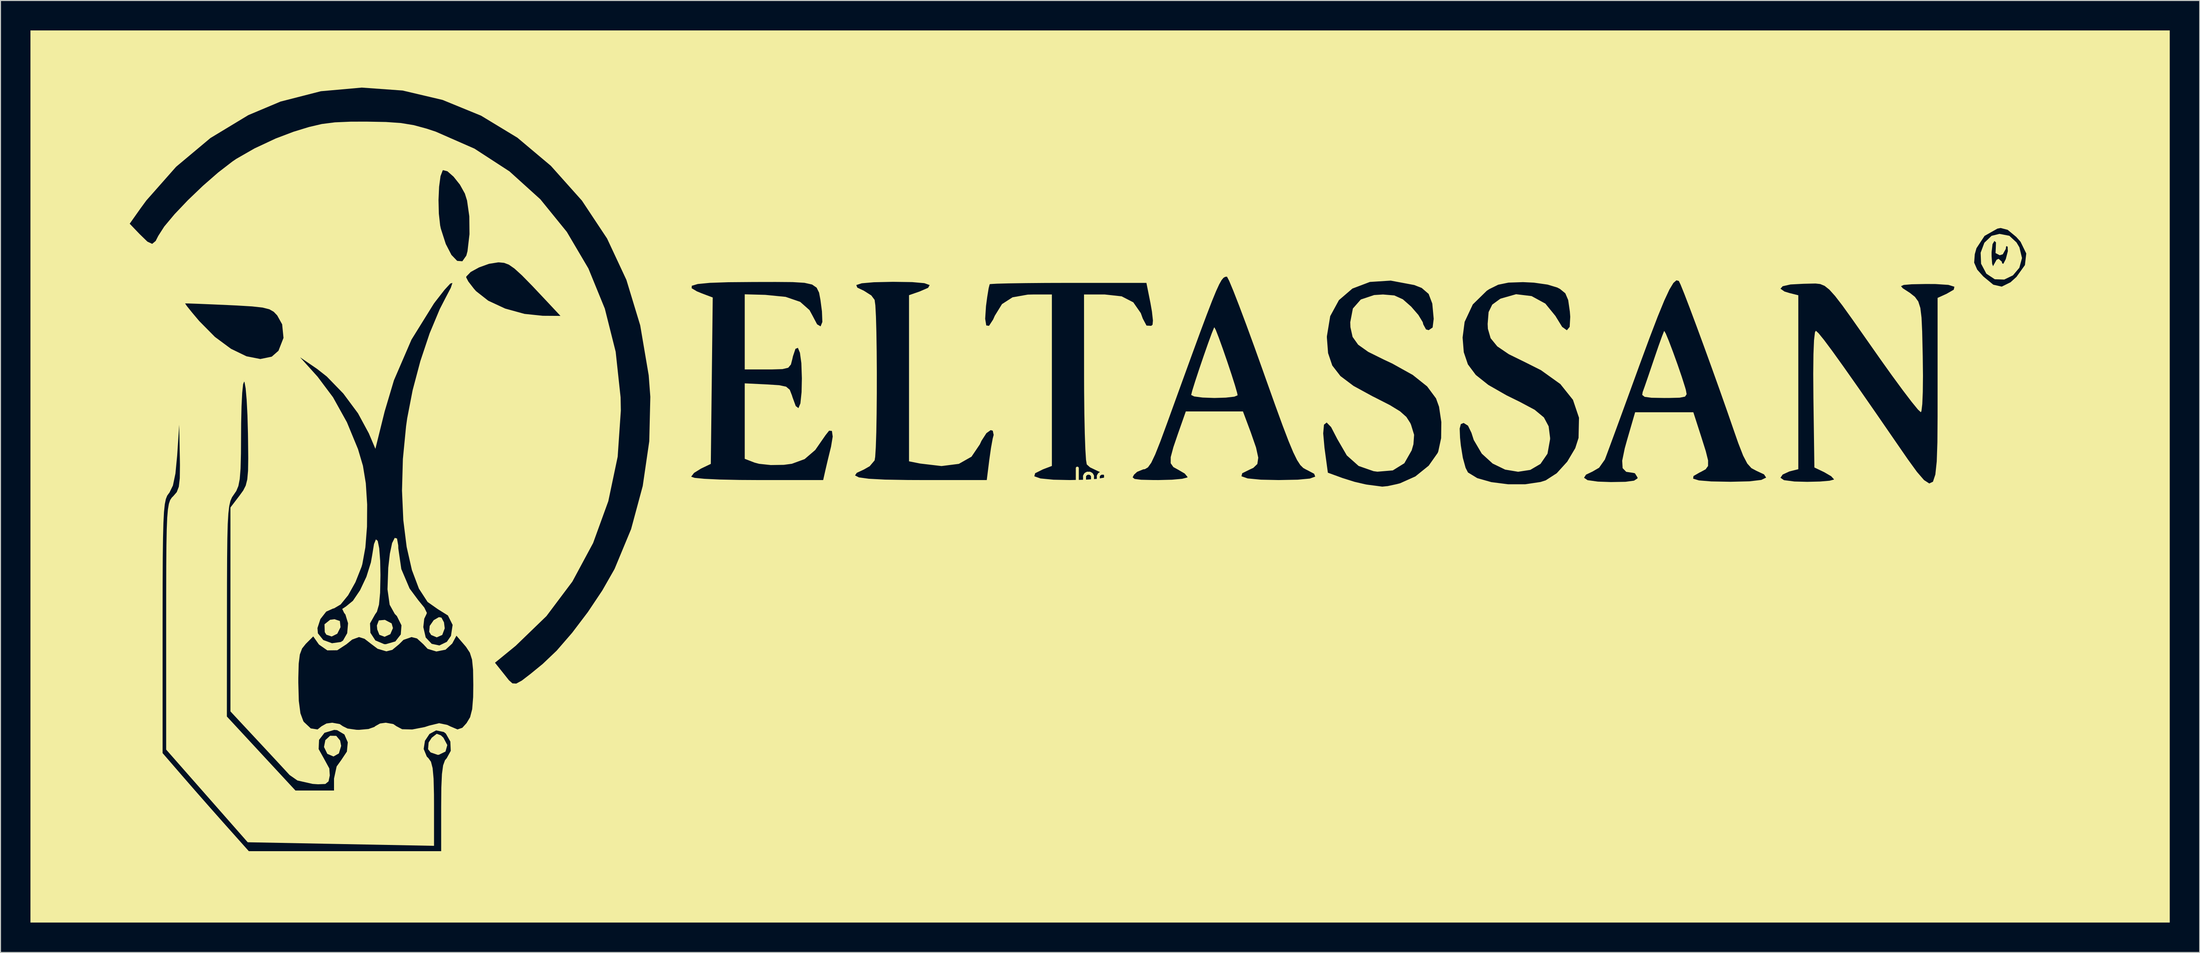
<source format=kicad_pcb>
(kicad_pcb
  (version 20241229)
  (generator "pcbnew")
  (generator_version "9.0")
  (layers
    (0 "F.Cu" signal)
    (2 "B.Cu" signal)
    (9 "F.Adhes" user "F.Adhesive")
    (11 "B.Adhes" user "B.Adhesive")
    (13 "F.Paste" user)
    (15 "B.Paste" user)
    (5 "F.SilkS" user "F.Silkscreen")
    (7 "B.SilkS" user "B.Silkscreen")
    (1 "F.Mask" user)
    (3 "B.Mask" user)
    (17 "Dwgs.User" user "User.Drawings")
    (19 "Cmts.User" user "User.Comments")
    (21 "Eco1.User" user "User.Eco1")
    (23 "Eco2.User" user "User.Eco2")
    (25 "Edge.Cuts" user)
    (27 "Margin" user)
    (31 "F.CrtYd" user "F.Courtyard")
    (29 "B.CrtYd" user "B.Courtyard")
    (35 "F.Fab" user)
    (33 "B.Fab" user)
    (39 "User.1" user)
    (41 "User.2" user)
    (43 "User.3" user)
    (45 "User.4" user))
  (footprint "logo"
    (layer "F.Cu")
    (at 106.966 44.718)
    (property "Reference" "logo" (at 0 0 0) (layer "F.SilkS") (effects (font (size 1.524 1.524) (thickness 0.3))))
    (attr board_only exclude_from_pos_files exclude_from_bom)
    (fp_poly (pts (xy -76.335 26.003) (xy -75.946 26.469) (xy -75.842 27.01) (xy -76.071 27.765) (xy -76.609 28.071) (xy -77.23 27.805) (xy -77.562 27.118) (xy -77.428 26.432) (xy -76.949 25.992)) (stroke (width 0) (type solid)) (fill yes) (layer "F.SilkS"))
    (fp_poly (pts (xy -75.971 14.489) (xy -75.907 15.111) (xy -76.231 15.764) (xy -76.793 16.042) (xy -77.325 15.862) (xy -77.485 15.606) (xy -77.511 14.816) (xy -76.95 14.367) (xy -76.512 14.31)) (stroke (width 0) (type solid)) (fill yes) (layer "F.SilkS"))
    (fp_poly (pts (xy -70.787 14.73) (xy -70.655 15.199) (xy -70.918 15.811) (xy -71.494 16.07) (xy -72.014 15.872) (xy -72.227 15.337) (xy -72.265 14.941) (xy -72.072 14.429) (xy -71.46 14.374)) (stroke (width 0) (type solid)) (fill yes) (layer "F.SilkS"))
    (fp_poly (pts (xy -65.797 14.149) (xy -65.542 14.627) (xy -65.468 15.225) (xy -65.716 15.885) (xy -66.266 16.128) (xy -66.829 15.89) (xy -67.024 15.572) (xy -66.972 14.981) (xy -66.574 14.405) (xy -66.054 14.103)) (stroke (width 0) (type solid)) (fill yes) (layer "F.SilkS"))
    (fp_poly (pts (xy -65.851 25.951) (xy -65.598 26.19) (xy -65.21 26.925) (xy -65.39 27.575) (xy -66.056 27.898) (xy -66.183 27.904) (xy -66.881 27.662) (xy -67.138 27.34) (xy -67.081 26.667) (xy -66.769 26.19) (xy -66.268 25.796)) (stroke (width 0) (type solid)) (fill yes) (layer "F.SilkS"))
    (fp_poly (pts (xy 11.765 -14.693) (xy 12.068 -13.916) (xy 12.471 -12.8) (xy 12.915 -11.515) (xy 13.342 -10.233) (xy 13.694 -9.125) (xy 13.911 -8.362) (xy 13.952 -8.138) (xy 13.626 -8.002) (xy 12.772 -7.905) (xy 11.627 -7.87) (xy 10.443 -7.913) (xy 9.605 -8.023) (xy 9.301 -8.171) (xy 9.411 -8.609) (xy 9.697 -9.527) (xy 10.097 -10.742) (xy 10.548 -12.069) (xy 10.988 -13.327) (xy 11.355 -14.331) (xy 11.585 -14.898) (xy 11.62 -14.959)) (stroke (width 0) (type solid)) (fill yes) (layer "F.SilkS"))
    (fp_poly (pts (xy 56.84 -14.332) (xy 57.157 -13.568) (xy 57.572 -12.473) (xy 58.024 -11.22) (xy 58.447 -9.985) (xy 58.778 -8.94) (xy 58.854 -8.675) (xy 58.932 -8.248) (xy 58.773 -8.007) (xy 58.233 -7.899) (xy 57.167 -7.871) (xy 56.689 -7.87) (xy 55.418 -7.892) (xy 54.727 -7.983) (xy 54.482 -8.178) (xy 54.526 -8.457) (xy 54.743 -9.062) (xy 55.113 -10.137) (xy 55.565 -11.47) (xy 55.664 -11.762) (xy 56.102 -13.043) (xy 56.456 -14.029) (xy 56.663 -14.552) (xy 56.687 -14.592)) (stroke (width 0) (type solid)) (fill yes) (layer "F.SilkS"))
    (fp_poly (pts (xy 91.259 -24.13) (xy 91.973 -23.464) (xy 92.265 -22.972) (xy 92.524 -21.898) (xy 92.259 -20.922) (xy 91.617 -20.164) (xy 90.747 -19.742) (xy 89.797 -19.773) (xy 88.955 -20.33) (xy 88.426 -21.329) (xy 88.395 -22.091) (xy 89.478 -22.091) (xy 89.534 -21.316) (xy 89.629 -21.077) (xy 89.683 -21.196) (xy 89.978 -21.727) (xy 90.178 -21.823) (xy 90.502 -21.538) (xy 90.533 -21.375) (xy 90.654 -21.318) (xy 90.9 -21.792) (xy 91.107 -22.587) (xy 91.085 -23.044) (xy 90.942 -23.096) (xy 90.896 -22.806) (xy 90.6 -22.276) (xy 90.289 -22.18) (xy 89.873 -22.399) (xy 89.898 -22.896) (xy 89.918 -23.466) (xy 89.761 -23.611) (xy 89.572 -23.293) (xy 89.479 -22.493) (xy 89.478 -22.091) (xy 88.395 -22.091) (xy 88.381 -22.432) (xy 88.754 -23.432) (xy 89.477 -24.126) (xy 90.267 -24.321)) (stroke (width 0) (type solid)) (fill yes) (layer "F.SilkS"))
    (fp_poly (pts (xy 107.324 44.718) (xy -106.966 44.718) (xy -106.966 27.731) (xy -93.73 27.731) (xy -91.723 30.053) (xy -90.508 31.45) (xy -89.08 33.077) (xy -87.704 34.633) (xy -87.404 34.97) (xy -85.093 37.563) (xy -65.825 37.563) (xy -65.825 33.135) (xy -65.808 31.189) (xy -65.748 29.838) (xy -65.631 28.965) (xy -65.445 28.452) (xy -65.271 28.247) (xy -64.865 27.506) (xy -64.906 26.571) (xy -65.357 25.773) (xy -65.557 25.617) (xy -66.326 25.453) (xy -66.995 25.811) (xy -67.449 26.497) (xy -67.577 27.318) (xy -67.264 28.081) (xy -67.096 28.247) (xy -66.846 28.598) (xy -66.681 29.239) (xy -66.585 30.293) (xy -66.545 31.881) (xy -66.541 32.867) (xy -66.54 37.027) (xy -75.872 36.848) (xy -85.204 36.669) (xy -89.288 32.024) (xy -93.372 27.379) (xy -93.372 24.064) (xy -87.29 24.064) (xy -83.856 27.773) (xy -80.422 31.482) (xy -76.558 31.482) (xy -76.558 30.285) (xy -76.296 29.071) (xy -75.842 28.441) (xy -75.269 27.581) (xy -75.178 26.65) (xy -75.52 25.862) (xy -76.245 25.432) (xy -76.54 25.405) (xy -77.511 25.696) (xy -78.057 26.405) (xy -78.098 27.328) (xy -77.61 28.202) (xy -77.028 29.269) (xy -76.982 29.971) (xy -77.105 30.566) (xy -77.428 30.827) (xy -78.157 30.857) (xy -78.704 30.82) (xy -80.224 30.477) (xy -81.012 29.925) (xy -81.546 29.344) (xy -82.429 28.39) (xy -83.522 27.213) (xy -84.322 26.354) (xy -86.932 23.552) (xy -86.932 20.67) (xy -80.135 20.67) (xy -80.085 22.499) (xy -79.922 23.743) (xy -79.63 24.526) (xy -79.578 24.605) (xy -78.886 25.256) (xy -78.206 25.361) (xy -77.81 25.042) (xy -77.315 24.763) (xy -76.737 24.685) (xy -75.987 24.82) (xy -75.663 25.042) (xy -75.194 25.272) (xy -74.306 25.394) (xy -74.054 25.4) (xy -73.108 25.316) (xy -72.506 25.106) (xy -72.444 25.042) (xy -71.949 24.763) (xy -71.37 24.685) (xy -70.621 24.82) (xy -70.297 25.042) (xy -69.735 25.338) (xy -68.726 25.363) (xy -67.483 25.123) (xy -67.026 24.975) (xy -66.031 24.734) (xy -65.208 24.907) (xy -64.905 25.056) (xy -64.189 25.358) (xy -63.705 25.193) (xy -63.283 24.726) (xy -62.927 24.135) (xy -62.718 23.325) (xy -62.622 22.114) (xy -62.606 20.908) (xy -62.63 19.378) (xy -62.731 18.363) (xy -62.952 17.664) (xy -63.334 17.084) (xy -63.451 16.945) (xy -64.296 15.962) (xy -64.716 16.746) (xy -65.386 17.365) (xy -66.306 17.545) (xy -67.18 17.28) (xy -67.614 16.814) (xy -68.245 16.239) (xy -68.793 16.099) (xy -69.603 16.382) (xy -70.035 16.814) (xy -70.724 17.384) (xy -71.318 17.53) (xy -72.191 17.272) (xy -72.801 16.814) (xy -73.502 16.272) (xy -74.054 16.099) (xy -74.737 16.348) (xy -75.306 16.814) (xy -76.233 17.421) (xy -77.228 17.433) (xy -78.061 16.853) (xy -78.115 16.781) (xy -78.639 16.033) (xy -79.387 16.781) (xy -79.757 17.245) (xy -79.982 17.849) (xy -80.096 18.767) (xy -80.134 20.176) (xy -80.135 20.67) (xy -86.932 20.67) (xy -86.932 3.108) (xy -86.015 1.906) (xy -85.652 1.402) (xy -85.403 0.914) (xy -85.249 0.304) (xy -85.17 -0.566) (xy -85.15 -1.834) (xy -85.169 -3.637) (xy -85.179 -4.314) (xy -85.229 -6.135) (xy -85.309 -7.688) (xy -85.41 -8.839) (xy -85.522 -9.454) (xy -85.56 -9.516) (xy -85.665 -9.246) (xy -85.755 -8.38) (xy -85.822 -7.035) (xy -85.861 -5.331) (xy -85.867 -4.404) (xy -85.88 -2.307) (xy -85.919 -0.8) (xy -86.001 0.245) (xy -86.138 0.954) (xy -86.346 1.454) (xy -86.575 1.789) (xy -86.775 2.081) (xy -86.933 2.444) (xy -87.054 2.958) (xy -87.143 3.707) (xy -87.205 4.771) (xy -87.244 6.234) (xy -87.267 8.178) (xy -87.278 10.683) (xy -87.282 13.374) (xy -87.29 24.064) (xy -93.372 24.064) (xy -93.372 14.997) (xy -93.37 11.691) (xy -93.363 9.026) (xy -93.346 6.929) (xy -93.315 5.325) (xy -93.267 4.141) (xy -93.196 3.303) (xy -93.099 2.737) (xy -92.973 2.368) (xy -92.812 2.123) (xy -92.656 1.968) (xy -92.312 1.57) (xy -92.105 1.029) (xy -92.007 0.181) (xy -91.991 -1.142) (xy -92.003 -1.934) (xy -92.064 -5.187) (xy -92.271 -2.093) (xy -92.443 -0.297) (xy -92.694 0.904) (xy -93.048 1.626) (xy -93.104 1.692) (xy -93.27 1.925) (xy -93.404 2.267) (xy -93.51 2.791) (xy -93.59 3.57) (xy -93.648 4.677) (xy -93.687 6.184) (xy -93.712 8.163) (xy -93.725 10.688) (xy -93.729 13.831) (xy -93.73 15.056) (xy -93.73 27.731) (xy -106.966 27.731) (xy -106.966 -17.35) (xy -91.477 -17.35) (xy -91.302 -17.09) (xy -90.776 -16.435) (xy -90.059 -15.583) (xy -88.487 -13.991) (xy -86.879 -12.801) (xy -85.331 -12.051) (xy -83.938 -11.776) (xy -83.091 -11.95) (xy -79.956 -11.95) (xy -78.2 -10) (xy -76.659 -7.943) (xy -75.266 -5.437) (xy -74.155 -2.745) (xy -73.661 -1.073) (xy -73.373 0.687) (xy -73.238 2.806) (xy -73.254 5.031) (xy -73.417 7.11) (xy -73.723 8.791) (xy -73.803 9.062) (xy -74.413 10.6) (xy -75.142 11.905) (xy -75.893 12.829) (xy -76.565 13.228) (xy -76.639 13.234) (xy -77.339 13.547) (xy -77.922 14.294) (xy -78.216 15.195) (xy -78.173 15.722) (xy -77.635 16.395) (xy -76.76 16.717) (xy -75.878 16.593) (xy -75.659 16.452) (xy -75.238 15.712) (xy -75.152 14.713) (xy -75.416 13.838) (xy -75.544 13.678) (xy -75.735 13.279) (xy -75.356 13.028) (xy -74.666 12.464) (xy -73.95 11.404) (xy -73.314 10.055) (xy -72.865 8.623) (xy -72.74 7.916) (xy -72.554 6.775) (xy -72.361 6.304) (xy -72.181 6.457) (xy -72.032 7.189) (xy -71.935 8.454) (xy -71.907 9.885) (xy -71.941 11.659) (xy -72.053 12.844) (xy -72.26 13.561) (xy -72.444 13.824) (xy -72.95 14.725) (xy -72.914 15.669) (xy -72.415 16.437) (xy -71.533 16.807) (xy -71.37 16.814) (xy -70.415 16.537) (xy -69.872 15.839) (xy -69.801 14.924) (xy -70.262 13.993) (xy -70.476 13.773) (xy -70.984 12.859) (xy -71.201 11.313) (xy -71.126 9.154) (xy -70.964 7.741) (xy -70.74 6.678) (xy -70.478 6.154) (xy -70.249 6.217) (xy -70.125 6.91) (xy -70.118 7.203) (xy -69.817 9.281) (xy -68.988 11.231) (xy -68.121 12.398) (xy -67.514 13.143) (xy -67.258 13.672) (xy -67.299 13.799) (xy -67.521 14.26) (xy -67.614 15.095) (xy -67.614 15.096) (xy -67.373 16.141) (xy -66.774 16.776) (xy -66.006 16.941) (xy -65.256 16.577) (xy -64.844 15.979) (xy -64.677 14.879) (xy -65.15 13.932) (xy -66.168 13.295) (xy -67.186 12.579) (xy -68.054 11.244) (xy -68.757 9.376) (xy -69.283 7.057) (xy -69.617 4.373) (xy -69.748 1.408) (xy -69.66 -1.755) (xy -69.341 -5.03) (xy -69.228 -5.833) (xy -68.683 -8.649) (xy -67.91 -11.566) (xy -66.98 -14.352) (xy -65.968 -16.776) (xy -65.425 -17.833) (xy -64.863 -18.906) (xy -64.698 -19.405) (xy -64.912 -19.339) (xy -65.485 -18.715) (xy -66.399 -17.541) (xy -66.556 -17.331) (xy -68.797 -13.722) (xy -70.556 -9.642) (xy -71.485 -6.521) (xy -72.413 -2.773) (xy -73.076 -4.334) (xy -74.159 -6.338) (xy -75.631 -8.321) (xy -77.282 -10.021) (xy -78.254 -10.786) (xy -79.956 -11.95) (xy -83.091 -11.95) (xy -82.797 -12.011) (xy -82.123 -12.601) (xy -81.618 -13.894) (xy -81.753 -15.253) (xy -82.25 -16.148) (xy -82.596 -16.511) (xy -83.035 -16.763) (xy -83.707 -16.933) (xy -84.752 -17.049) (xy -86.311 -17.143) (xy -87.169 -17.183) (xy -88.822 -17.256) (xy -90.186 -17.312) (xy -91.118 -17.345) (xy -91.477 -17.35) (xy -106.966 -17.35) (xy -106.966 -19.962) (xy -63.321 -19.962) (xy -63.103 -19.546) (xy -62.557 -18.839) (xy -62.334 -18.583) (xy -61.112 -17.624) (xy -59.415 -16.834) (xy -57.48 -16.3) (xy -55.646 -16.11) (xy -53.875 -16.099) (xy -55.289 -17.61) (xy -56.703 -19.111) (xy -57.734 -20.162) (xy -58.482 -20.844) (xy -59.045 -21.236) (xy -59.522 -21.416) (xy -60.014 -21.464) (xy -60.118 -21.465) (xy -61.033 -21.32) (xy -62.031 -20.96) (xy -62.868 -20.5) (xy -63.303 -20.051) (xy -63.321 -19.962) (xy -106.966 -19.962) (xy -106.966 -25.34) (xy -97.025 -25.34) (xy -96.026 -24.297) (xy -95.251 -23.544) (xy -94.773 -23.32) (xy -94.425 -23.609) (xy -94.165 -24.119) (xy -93.563 -25.059) (xy -92.527 -26.298) (xy -91.192 -27.702) (xy -91.173 -27.72) (xy -66.091 -27.72) (xy -66.058 -26.353) (xy -65.927 -25.169) (xy -65.86 -24.852) (xy -65.363 -23.307) (xy -64.796 -22.211) (xy -64.222 -21.615) (xy -63.705 -21.575) (xy -63.306 -22.142) (xy -63.187 -22.583) (xy -62.988 -24.292) (xy -63.007 -26.086) (xy -63.232 -27.664) (xy -63.451 -28.363) (xy -63.947 -29.256) (xy -64.583 -30.056) (xy -65.198 -30.597) (xy -65.633 -30.711) (xy -65.671 -30.682) (xy -65.89 -30.109) (xy -66.032 -29.047) (xy -66.091 -27.72) (xy -91.173 -27.72) (xy -89.693 -29.138) (xy -88.167 -30.471) (xy -86.749 -31.567) (xy -86.344 -31.844) (xy -84.523 -32.888) (xy -82.401 -33.882) (xy -80.62 -34.558) (xy -79.079 -35.032) (xy -77.781 -35.336) (xy -76.471 -35.503) (xy -74.897 -35.57) (xy -73.338 -35.575) (xy -71.359 -35.539) (xy -69.851 -35.433) (xy -68.568 -35.221) (xy -67.267 -34.867) (xy -66.362 -34.567) (xy -62.486 -32.865) (xy -58.982 -30.586) (xy -55.888 -27.787) (xy -53.239 -24.523) (xy -51.075 -20.851) (xy -49.431 -16.826) (xy -48.345 -12.504) (xy -47.853 -7.941) (xy -47.827 -6.618) (xy -48.145 -1.979) (xy -49.082 2.475) (xy -50.605 6.672) (xy -52.682 10.536) (xy -55.278 13.996) (xy -58.363 16.978) (xy -58.39 17) (xy -60.435 18.671) (xy -59.478 19.871) (xy -59.036 20.43) (xy -58.689 20.74) (xy -58.305 20.764) (xy -57.75 20.464) (xy -56.889 19.802) (xy -55.652 18.791) (xy -54.256 17.462) (xy -52.703 15.667) (xy -51.133 13.595) (xy -49.686 11.429) (xy -48.503 9.356) (xy -48.442 9.237) (xy -46.799 5.276) (xy -45.634 0.952) (xy -45.498 0.02) (xy -40.783 0.02) (xy -40.439 0.137) (xy -39.462 0.233) (xy -37.935 0.305) (xy -35.94 0.348) (xy -34.172 0.358) (xy -27.56 0.358) (xy -27.456 -0.106) (xy -24.37 -0.106) (xy -23.98 0.091) (xy -22.989 0.228) (xy -21.365 0.314) (xy -19.074 0.353) (xy -17.75 0.358) (xy -11.173 0.358) (xy -10.92 -1.666) (xy -10.749 -2.865) (xy -10.578 -3.807) (xy -10.482 -4.17) (xy -10.574 -4.59) (xy -10.784 -4.647) (xy -11.208 -4.343) (xy -11.698 -3.584) (xy -11.868 -3.218) (xy -12.701 -1.985) (xy -13.97 -1.265) (xy -15.706 -1.045) (xy -17.843 -1.297) (xy -18.961 -1.52) (xy -18.961 -15.809) (xy -11.333 -15.809) (xy -11.223 -15.139) (xy -10.948 -15.103) (xy -10.537 -15.734) (xy -10.369 -16.113) (xy -9.65 -17.28) (xy -8.592 -17.962) (xy -7.062 -18.233) (xy -6.539 -18.245) (xy -4.651 -18.245) (xy -4.651 -1.056) (xy -5.545 -0.715) (xy -6.329 -0.325) (xy -6.41 -0.019) (xy -5.793 0.198) (xy -4.486 0.324) (xy -2.862 0.358) (xy -1.355 0.327) (xy -0.163 0.243) (xy 0.564 0.12) (xy 0.618 0.086) (xy 3.438 0.086) (xy 3.635 0.247) (xy 4.283 0.329) (xy 5.495 0.356) (xy 6.038 0.358) (xy 7.378 0.324) (xy 8.391 0.233) (xy 8.91 0.103) (xy 8.944 0.057) (xy 8.655 -0.295) (xy 8.049 -0.65) (xy 7.515 -0.947) (xy 7.251 -1.326) (xy 7.253 -1.939) (xy 7.519 -2.937) (xy 7.964 -4.244) (xy 8.765 -6.521) (xy 11.627 -6.521) (xy 14.489 -6.521) (xy 15.272 -4.423) (xy 15.801 -2.898) (xy 16.022 -1.886) (xy 15.931 -1.252) (xy 15.527 -0.862) (xy 15.204 -0.715) (xy 14.417 -0.325) (xy 14.338 -0.021) (xy 14.962 0.195) (xy 16.288 0.321) (xy 18.066 0.358) (xy 19.971 0.322) (xy 21.184 0.21) (xy 21.727 0.015) (xy 21.62 -0.273) (xy 20.885 -0.661) (xy 20.839 -0.68) (xy 20.53 -0.852) (xy 20.231 -1.149) (xy 19.908 -1.647) (xy 19.528 -2.422) (xy 19.057 -3.55) (xy 18.763 -4.321) (xy 22.527 -4.321) (xy 22.656 -2.873) (xy 22.994 -0.38) (xy 24.465 0.157) (xy 25.669 0.536) (xy 26.8 0.798) (xy 27.01 0.83) (xy 27.895 0.944) (xy 28.441 1.018) (xy 28.989 0.963) (xy 29.916 0.762) (xy 30.23 0.68) (xy 31.759 -0.005) (xy 33.093 -1.082) (xy 33.986 -2.349) (xy 34.052 -2.504) (xy 34.339 -3.843) (xy 34.352 -4.803) (xy 36.198 -4.803) (xy 36.235 -3.878) (xy 36.311 -3.13) (xy 36.514 -1.872) (xy 36.79 -0.867) (xy 37.028 -0.403) (xy 37.957 0.165) (xy 39.368 0.566) (xy 41.041 0.78) (xy 42.757 0.782) (xy 44.297 0.552) (xy 44.812 0.39) (xy 45.218 0.128) (xy 48.654 0.128) (xy 49.006 0.369) (xy 50.042 0.514) (xy 51.338 0.559) (xy 52.805 0.534) (xy 53.66 0.42) (xy 54.002 0.2) (xy 54.02 0.112) (xy 53.75 -0.322) (xy 53.573 -0.363) (xy 52.877 -0.468) (xy 52.519 -0.837) (xy 52.477 -1.584) (xy 52.732 -2.822) (xy 52.977 -3.703) (xy 53.772 -6.439) (xy 59.603 -6.439) (xy 60.389 -3.999) (xy 60.848 -2.541) (xy 61.08 -1.61) (xy 61.077 -1.054) (xy 60.834 -0.719) (xy 60.343 -0.451) (xy 60.234 -0.402) (xy 59.617 -0.044) (xy 59.583 0.218) (xy 60.164 0.395) (xy 61.392 0.496) (xy 63.3 0.531) (xy 63.345 0.531) (xy 65.225 0.486) (xy 66.411 0.346) (xy 66.864 0.128) (xy 68.33 0.128) (xy 68.682 0.368) (xy 69.728 0.504) (xy 71.013 0.537) (xy 72.296 0.506) (xy 73.244 0.426) (xy 73.684 0.311) (xy 73.696 0.288) (xy 73.409 -0.025) (xy 72.718 -0.429) (xy 72.712 -0.432) (xy 71.728 -0.903) (xy 71.631 -7.818) (xy 71.613 -10.291) (xy 71.634 -12.259) (xy 71.692 -13.667) (xy 71.785 -14.456) (xy 71.875 -14.611) (xy 72.147 -14.361) (xy 72.686 -13.698) (xy 73.512 -12.59) (xy 74.648 -11.006) (xy 76.117 -8.917) (xy 77.94 -6.29) (xy 79.925 -3.407) (xy 81.084 -1.727) (xy 82.003 -0.46) (xy 82.712 0.361) (xy 83.236 0.701) (xy 83.605 0.526) (xy 83.845 -0.199) (xy 83.984 -1.508) (xy 84.05 -3.437) (xy 84.069 -6.018) (xy 84.07 -8.594) (xy 84.07 -17.903) (xy 84.965 -18.31) (xy 85.687 -18.725) (xy 85.754 -19.022) (xy 85.151 -19.208) (xy 83.861 -19.292) (xy 82.908 -19.297) (xy 81.481 -19.27) (xy 80.677 -19.203) (xy 80.406 -19.077) (xy 80.576 -18.875) (xy 80.613 -18.85) (xy 81.305 -18.4) (xy 81.8 -18.006) (xy 82.134 -17.546) (xy 82.342 -16.895) (xy 82.46 -15.929) (xy 82.525 -14.524) (xy 82.57 -12.557) (xy 82.582 -12.014) (xy 82.605 -10.109) (xy 82.588 -8.484) (xy 82.536 -7.26) (xy 82.452 -6.559) (xy 82.391 -6.439) (xy 82.094 -6.718) (xy 81.462 -7.493) (xy 80.566 -8.67) (xy 79.476 -10.157) (xy 78.364 -11.716) (xy 76.749 -14.018) (xy 75.493 -15.806) (xy 74.531 -17.146) (xy 73.796 -18.1) (xy 73.225 -18.734) (xy 72.753 -19.11) (xy 72.314 -19.292) (xy 71.844 -19.345) (xy 71.277 -19.333) (xy 70.637 -19.318) (xy 69.339 -19.251) (xy 68.551 -19.073) (xy 68.33 -18.824) (xy 68.735 -18.542) (xy 69.224 -18.392) (xy 70.118 -18.168) (xy 70.118 -0.729) (xy 69.224 -0.505) (xy 68.554 -0.197) (xy 68.33 0.128) (xy 66.864 0.128) (xy 66.897 0.112) (xy 66.681 -0.214) (xy 65.905 -0.576) (xy 65.418 -0.838) (xy 65.005 -1.299) (xy 64.59 -2.093) (xy 64.1 -3.352) (xy 63.699 -4.5) (xy 63.005 -6.506) (xy 62.24 -8.677) (xy 61.442 -10.907) (xy 60.651 -13.09) (xy 59.904 -15.12) (xy 59.242 -16.892) (xy 58.702 -18.301) (xy 58.323 -19.24) (xy 58.149 -19.601) (xy 57.91 -19.668) (xy 57.606 -19.402) (xy 57.21 -18.747) (xy 56.696 -17.645) (xy 56.038 -16.04) (xy 55.21 -13.876) (xy 54.185 -11.097) (xy 54.053 -10.732) (xy 53.21 -8.416) (xy 52.429 -6.275) (xy 51.749 -4.419) (xy 51.21 -2.955) (xy 50.852 -1.991) (xy 50.74 -1.695) (xy 50.163 -0.878) (xy 49.503 -0.493) (xy 48.854 -0.185) (xy 48.654 0.128) (xy 45.218 0.128) (xy 45.917 -0.323) (xy 46.97 -1.483) (xy 47.775 -2.838) (xy 48.105 -3.866) (xy 48.149 -5.891) (xy 47.545 -7.684) (xy 46.28 -9.267) (xy 44.339 -10.658) (xy 42.867 -11.399) (xy 41.119 -12.258) (xy 39.962 -13.045) (xy 39.298 -13.86) (xy 39.023 -14.807) (xy 39 -15.294) (xy 39.095 -16.484) (xy 39.458 -17.228) (xy 40.221 -17.785) (xy 40.312 -17.834) (xy 41.848 -18.272) (xy 43.399 -18.085) (xy 44.779 -17.332) (xy 45.803 -16.076) (xy 45.828 -16.028) (xy 46.462 -14.997) (xy 46.935 -14.658) (xy 47.216 -15) (xy 47.273 -16.011) (xy 47.232 -16.542) (xy 47.066 -17.692) (xy 46.779 -18.364) (xy 46.246 -18.8) (xy 45.97 -18.945) (xy 45.004 -19.237) (xy 43.635 -19.432) (xy 42.547 -19.485) (xy 41.088 -19.436) (xy 40.055 -19.224) (xy 39.161 -18.782) (xy 38.91 -18.617) (xy 37.513 -17.249) (xy 36.693 -15.498) (xy 36.49 -13.928) (xy 36.608 -12.457) (xy 37.02 -11.24) (xy 37.812 -10.179) (xy 39.07 -9.178) (xy 40.882 -8.14) (xy 42.214 -7.484) (xy 43.71 -6.686) (xy 44.635 -5.918) (xy 45.109 -5.031) (xy 45.254 -3.875) (xy 45.255 -3.739) (xy 44.994 -2.283) (xy 44.292 -1.26) (xy 43.271 -0.66) (xy 42.051 -0.473) (xy 40.753 -0.689) (xy 39.499 -1.298) (xy 38.41 -2.291) (xy 37.607 -3.658) (xy 37.374 -4.382) (xy 37.029 -5.095) (xy 36.595 -5.366) (xy 36.312 -5.25) (xy 36.198 -4.803) (xy 34.352 -4.803) (xy 34.36 -5.457) (xy 34.13 -6.992) (xy 33.828 -7.83) (xy 32.935 -9.033) (xy 31.498 -10.179) (xy 29.446 -11.322) (xy 28.62 -11.709) (xy 27.036 -12.494) (xy 26.025 -13.213) (xy 25.47 -13.994) (xy 25.254 -14.968) (xy 25.237 -15.466) (xy 25.499 -16.838) (xy 26.293 -17.741) (xy 27.631 -18.189) (xy 28.516 -18.245) (xy 29.651 -18.15) (xy 30.506 -17.762) (xy 31.339 -17.029) (xy 32.06 -16.195) (xy 32.496 -15.474) (xy 32.555 -15.24) (xy 32.826 -14.743) (xy 33.092 -14.668) (xy 33.488 -14.936) (xy 33.594 -15.794) (xy 33.593 -15.83) (xy 33.454 -17.335) (xy 33.087 -18.303) (xy 32.394 -18.901) (xy 31.646 -19.194) (xy 29.291 -19.636) (xy 27.203 -19.503) (xy 25.451 -18.838) (xy 24.103 -17.68) (xy 23.229 -16.073) (xy 22.897 -14.057) (xy 22.896 -13.922) (xy 23.015 -12.369) (xy 23.436 -11.124) (xy 24.254 -10.067) (xy 25.564 -9.08) (xy 27.463 -8.042) (xy 27.67 -7.94) (xy 29.208 -7.154) (xy 30.224 -6.533) (xy 30.858 -5.969) (xy 31.25 -5.359) (xy 31.326 -5.186) (xy 31.633 -4.178) (xy 31.566 -3.23) (xy 31.389 -2.617) (xy 30.654 -1.326) (xy 29.5 -0.609) (xy 27.957 -0.48) (xy 27.569 -0.533) (xy 26.075 -1.055) (xy 24.89 -2.112) (xy 23.918 -3.788) (xy 23.908 -3.812) (xy 23.316 -4.955) (xy 22.874 -5.409) (xy 22.604 -5.193) (xy 22.527 -4.321) (xy 18.763 -4.321) (xy 18.462 -5.108) (xy 17.71 -7.171) (xy 16.767 -9.816) (xy 16.503 -10.562) (xy 15.626 -13.013) (xy 14.816 -15.229) (xy 14.105 -17.123) (xy 13.526 -18.611) (xy 13.111 -19.607) (xy 12.893 -20.026) (xy 12.88 -20.034) (xy 12.71 -20.015) (xy 12.541 -19.919) (xy 12.348 -19.687) (xy 12.108 -19.26) (xy 11.796 -18.58) (xy 11.389 -17.587) (xy 10.863 -16.222) (xy 10.192 -14.427) (xy 9.355 -12.142) (xy 8.326 -9.31) (xy 7.081 -5.87) (xy 6.916 -5.414) (xy 6.22 -3.523) (xy 5.699 -2.21) (xy 5.302 -1.374) (xy 4.975 -0.916) (xy 4.669 -0.734) (xy 4.503 -0.715) (xy 3.887 -0.464) (xy 3.577 -0.179) (xy 3.438 0.086) (xy 0.618 0.086) (xy 0.715 0.024) (xy 0.417 -0.328) (xy -0.089 -0.561) (xy -0.835 -0.919) (xy -1.157 -1.211) (xy -1.232 -1.669) (xy -1.299 -2.737) (xy -1.355 -4.309) (xy -1.397 -6.279) (xy -1.421 -8.541) (xy -1.426 -9.927) (xy -1.431 -18.245) (xy 0.653 -18.245) (xy 2.338 -18.06) (xy 3.504 -17.46) (xy 4.256 -16.378) (xy 4.455 -15.83) (xy 4.83 -15.127) (xy 5.3 -15.102) (xy 5.434 -15.212) (xy 5.471 -15.637) (xy 5.372 -16.539) (xy 5.22 -17.404) (xy 4.818 -19.408) (xy -2.972 -19.408) (xy -5.255 -19.402) (xy -7.285 -19.385) (xy -8.956 -19.36) (xy -10.165 -19.328) (xy -10.807 -19.29) (xy -10.881 -19.274) (xy -10.985 -18.874) (xy -11.131 -17.979) (xy -11.25 -17.082) (xy -11.333 -15.809) (xy -18.961 -15.809) (xy -18.961 -18.175) (xy -17.887 -18.549) (xy -17.05 -18.913) (xy -16.892 -19.189) (xy -17.421 -19.379) (xy -18.646 -19.487) (xy -20.57 -19.515) (xy -22.479 -19.474) (xy -23.697 -19.368) (xy -24.244 -19.191) (xy -24.142 -18.936) (xy -23.481 -18.621) (xy -22.739 -18.15) (xy -22.408 -17.707) (xy -22.333 -17.155) (xy -22.273 -16.022) (xy -22.229 -14.439) (xy -22.2 -12.54) (xy -22.186 -10.458) (xy -22.188 -8.327) (xy -22.206 -6.278) (xy -22.238 -4.447) (xy -22.287 -2.964) (xy -22.35 -1.964) (xy -22.408 -1.612) (xy -22.9 -1.03) (xy -23.481 -0.697) (xy -24.193 -0.366) (xy -24.37 -0.106) (xy -27.456 -0.106) (xy -27.339 -0.626) (xy -27.099 -1.651) (xy -26.806 -2.851) (xy -26.772 -2.988) (xy -26.605 -4.003) (xy -26.685 -4.567) (xy -26.967 -4.591) (xy -27.32 -4.145) (xy -28.353 -2.656) (xy -29.419 -1.741) (xy -30.695 -1.274) (xy -31.511 -1.166) (xy -32.813 -1.146) (xy -33.978 -1.27) (xy -34.433 -1.391) (xy -35.417 -1.771) (xy -35.417 -9.336) (xy -33.193 -9.229) (xy -31.971 -9.151) (xy -31.272 -9.004) (xy -30.907 -8.691) (xy -30.683 -8.118) (xy -30.637 -7.96) (xy -30.307 -7.059) (xy -30.038 -6.853) (xy -29.841 -7.326) (xy -29.723 -8.458) (xy -29.693 -9.838) (xy -29.746 -11.367) (xy -29.888 -12.405) (xy -30.093 -12.9) (xy -30.336 -12.797) (xy -30.59 -12.043) (xy -30.641 -11.806) (xy -30.79 -11.225) (xy -31.061 -10.903) (xy -31.634 -10.765) (xy -32.689 -10.733) (xy -33.136 -10.732) (xy -35.417 -10.732) (xy -35.417 -18.263) (xy -33.36 -18.208) (xy -31.316 -18.006) (xy -29.864 -17.507) (xy -28.93 -16.68) (xy -28.638 -16.143) (xy -28.169 -15.256) (xy -27.82 -15.05) (xy -27.641 -15.493) (xy -27.683 -16.555) (xy -27.705 -16.725) (xy -27.835 -17.712) (xy -27.971 -18.433) (xy -28.216 -18.93) (xy -28.671 -19.244) (xy -29.438 -19.416) (xy -30.619 -19.488) (xy -32.316 -19.501) (xy -34.518 -19.497) (xy -37.057 -19.477) (xy -38.916 -19.412) (xy -40.126 -19.295) (xy -40.721 -19.118) (xy -40.735 -18.873) (xy -40.201 -18.555) (xy -39.703 -18.352) (xy -38.623 -17.944) (xy -38.815 -1.261) (xy -39.799 -0.79) (xy -40.494 -0.358) (xy -40.783 0.019) (xy -40.783 0.02) (xy -45.498 0.02) (xy -44.98 -3.536) (xy -44.874 -7.989) (xy -45.037 -10.147) (xy -45.887 -15.153) (xy -47.269 -19.706) (xy -48.077 -21.438) (xy 87.732 -21.438) (xy 88.036 -20.739) (xy 88.652 -20.048) (xy 89.651 -19.227) (xy 90.496 -19.034) (xy 91.372 -19.467) (xy 91.968 -20.006) (xy 92.817 -21.191) (xy 92.952 -22.356) (xy 92.375 -23.537) (xy 91.943 -24.021) (xy 91.089 -24.728) (xy 90.382 -24.911) (xy 90.065 -24.851) (xy 88.775 -24.12) (xy 87.964 -22.885) (xy 87.794 -22.283) (xy 87.732 -21.438) (xy -48.077 -21.438) (xy -49.208 -23.858) (xy -51.726 -27.657) (xy -54.839 -31.145) (xy -58.189 -33.964) (xy -61.826 -36.17) (xy -65.682 -37.75) (xy -69.688 -38.693) (xy -73.775 -38.987) (xy -77.874 -38.622) (xy -81.918 -37.585) (xy -85.144 -36.226) (xy -88.936 -33.931) (xy -92.372 -31.052) (xy -95.359 -27.669) (xy -95.929 -26.89) (xy -97.025 -25.34) (xy -106.966 -25.34) (xy -106.966 -44.718) (xy 107.324 -44.718)) (stroke (width 0) (type solid)) (fill yes) (layer "F.SilkS")))
  (gr_rect
    (start -3 -3)
    (end 217.29 92.437)
    (stroke (width 0.1) (type default))
    (fill no)
    (layer "Edge.Cuts")))
</source>
